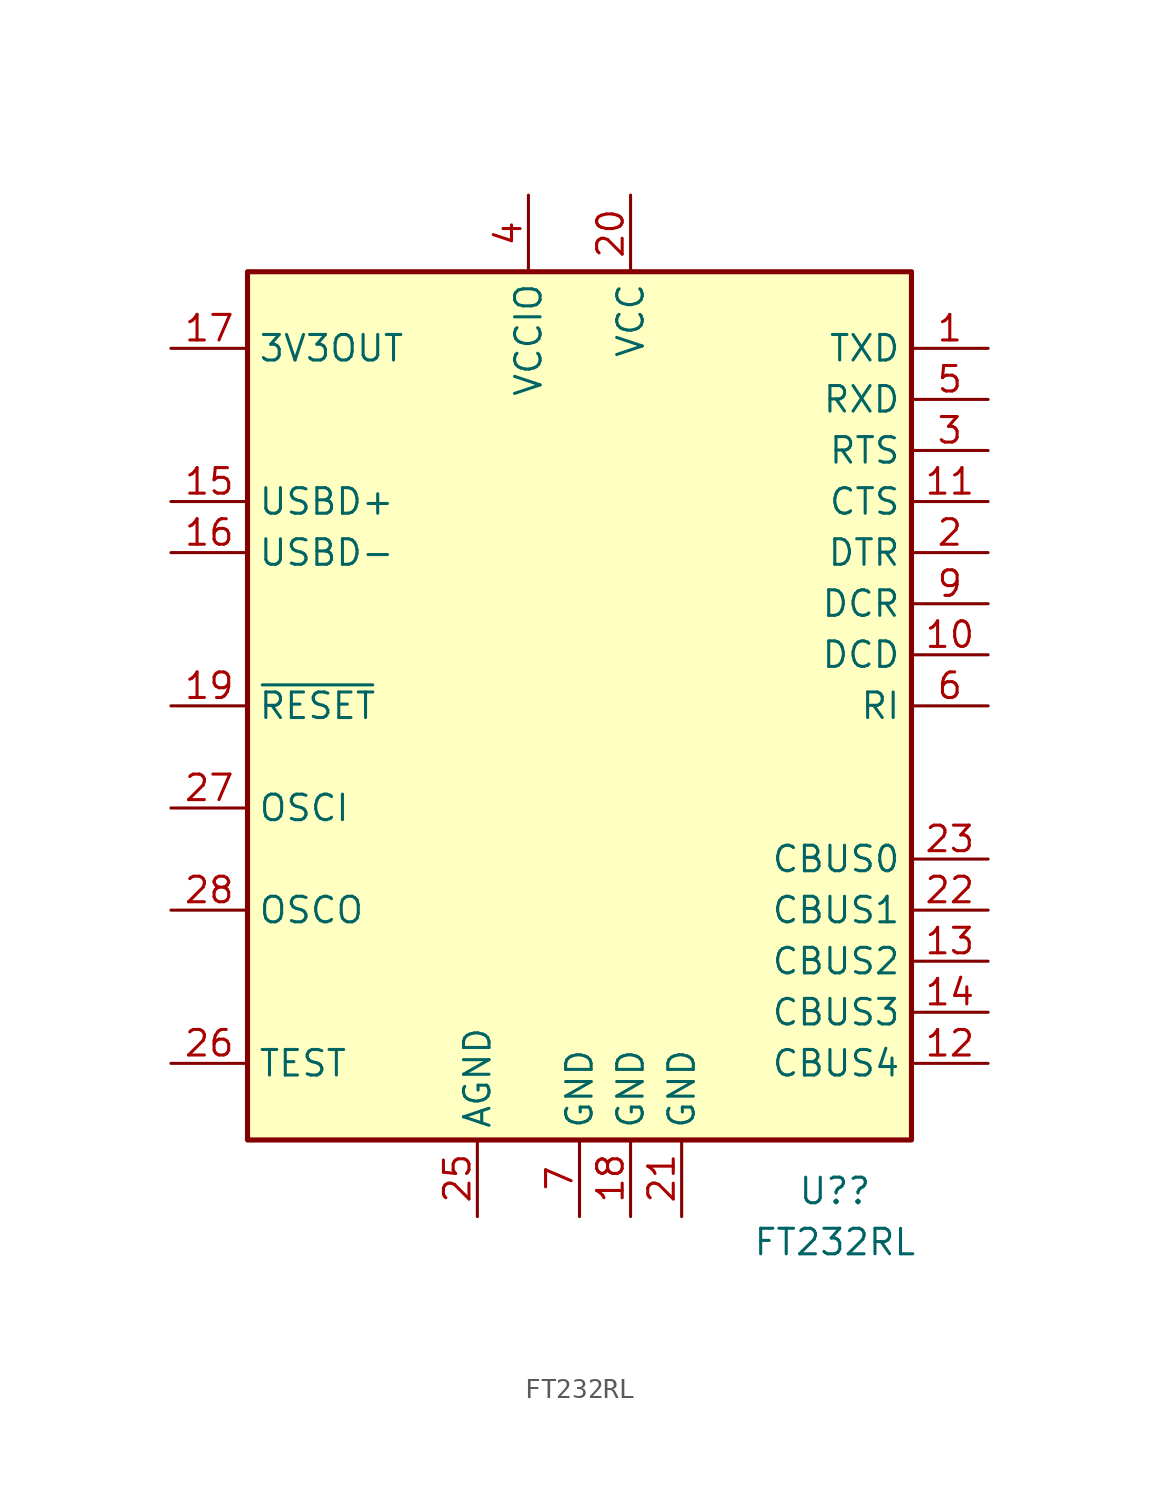
<source format=kicad_sym>
(kicad_symbol_lib
  (version 20220914)
  (generator kicad_symbol_editor)
  (symbol "FT232RL"
    (property "Reference" "U?"
      (at 12.7 -24.13 0)
      (effects (font (size 1.27 1.27))))
    (property "Value" "FT232RL"
      (at 12.7 -26.67 0)
      (effects (font (size 1.27 1.27))))
    (symbol "FT232RL_0_1"
      (rectangle (start -16.51 21.59) (end 16.51 -21.59) (stroke (width 0.254) (type default)) (fill (type background))))
    (symbol "FT232RL_1_1"
      (pin output line (at 20.32 17.78 180) (length 3.81) (name "TXD" (effects (font (size 1.27 1.27)))) (number "1" (effects (font (size 1.27 1.27)))))
      (pin input line (at 20.32 2.54 180) (length 3.81) (name "DCD" (effects (font (size 1.27 1.27)))) (number "10" (effects (font (size 1.27 1.27)))))
      (pin input line (at 20.32 10.16 180) (length 3.81) (name "CTS" (effects (font (size 1.27 1.27)))) (number "11" (effects (font (size 1.27 1.27)))))
      (pin bidirectional line (at 20.32 -17.78 180) (length 3.81) (name "CBUS4" (effects (font (size 1.27 1.27)))) (number "12" (effects (font (size 1.27 1.27)))))
      (pin bidirectional line (at 20.32 -12.7 180) (length 3.81) (name "CBUS2" (effects (font (size 1.27 1.27)))) (number "13" (effects (font (size 1.27 1.27)))))
      (pin bidirectional line (at 20.32 -15.24 180) (length 3.81) (name "CBUS3" (effects (font (size 1.27 1.27)))) (number "14" (effects (font (size 1.27 1.27)))))
      (pin bidirectional line (at -20.32 10.16 0) (length 3.81) (name "USBD+" (effects (font (size 1.27 1.27)))) (number "15" (effects (font (size 1.27 1.27)))))
      (pin bidirectional line (at -20.32 7.62 0) (length 3.81) (name "USBD-" (effects (font (size 1.27 1.27)))) (number "16" (effects (font (size 1.27 1.27)))))
      (pin power_out line (at -20.32 17.78 0) (length 3.81) (name "3V3OUT" (effects (font (size 1.27 1.27)))) (number "17" (effects (font (size 1.27 1.27)))))
      (pin power_in line (at 2.54 -25.4 90) (length 3.81) (name "GND" (effects (font (size 1.27 1.27)))) (number "18" (effects (font (size 1.27 1.27)))))
      (pin input line (at -20.32 0 0) (length 3.81) (name "~{RESET}" (effects (font (size 1.27 1.27)))) (number "19" (effects (font (size 1.27 1.27)))))
      (pin output line (at 20.32 7.62 180) (length 3.81) (name "DTR" (effects (font (size 1.27 1.27)))) (number "2" (effects (font (size 1.27 1.27)))))
      (pin power_in line (at 2.54 25.4 270) (length 3.81) (name "VCC" (effects (font (size 1.27 1.27)))) (number "20" (effects (font (size 1.27 1.27)))))
      (pin power_in line (at 5.08 -25.4 90) (length 3.81) (name "GND" (effects (font (size 1.27 1.27)))) (number "21" (effects (font (size 1.27 1.27)))))
      (pin bidirectional line (at 20.32 -10.16 180) (length 3.81) (name "CBUS1" (effects (font (size 1.27 1.27)))) (number "22" (effects (font (size 1.27 1.27)))))
      (pin bidirectional line (at 20.32 -7.62 180) (length 3.81) (name "CBUS0" (effects (font (size 1.27 1.27)))) (number "23" (effects (font (size 1.27 1.27)))))
      (pin no_connect line (at -20.32 -15.24 0) (length 3.81) hide (name "NC" (effects (font (size 1.27 1.27)))) (number "24" (effects (font (size 1.27 1.27)))))
      (pin power_in line (at -5.08 -25.4 90) (length 3.81) (name "AGND" (effects (font (size 1.27 1.27)))) (number "25" (effects (font (size 1.27 1.27)))))
      (pin input line (at -20.32 -17.78 0) (length 3.81) (name "TEST" (effects (font (size 1.27 1.27)))) (number "26" (effects (font (size 1.27 1.27)))))
      (pin input line (at -20.32 -5.08 0) (length 3.81) (name "OSCI" (effects (font (size 1.27 1.27)))) (number "27" (effects (font (size 1.27 1.27)))))
      (pin output line (at -20.32 -10.16 0) (length 3.81) (name "OSCO" (effects (font (size 1.27 1.27)))) (number "28" (effects (font (size 1.27 1.27)))))
      (pin output line (at 20.32 12.7 180) (length 3.81) (name "RTS" (effects (font (size 1.27 1.27)))) (number "3" (effects (font (size 1.27 1.27)))))
      (pin power_in line (at -2.54 25.4 270) (length 3.81) (name "VCCIO" (effects (font (size 1.27 1.27)))) (number "4" (effects (font (size 1.27 1.27)))))
      (pin input line (at 20.32 15.24 180) (length 3.81) (name "RXD" (effects (font (size 1.27 1.27)))) (number "5" (effects (font (size 1.27 1.27)))))
      (pin input line (at 20.32 0 180) (length 3.81) (name "RI" (effects (font (size 1.27 1.27)))) (number "6" (effects (font (size 1.27 1.27)))))
      (pin power_in line (at 0 -25.4 90) (length 3.81) (name "GND" (effects (font (size 1.27 1.27)))) (number "7" (effects (font (size 1.27 1.27)))))
      (pin no_connect line (at -20.32 -12.7 0) (length 3.81) hide (name "NC" (effects (font (size 1.27 1.27)))) (number "8" (effects (font (size 1.27 1.27)))))
      (pin input line (at 20.32 5.08 180) (length 3.81) (name "DCR" (effects (font (size 1.27 1.27)))) (number "9" (effects (font (size 1.27 1.27))))))))
</source>
